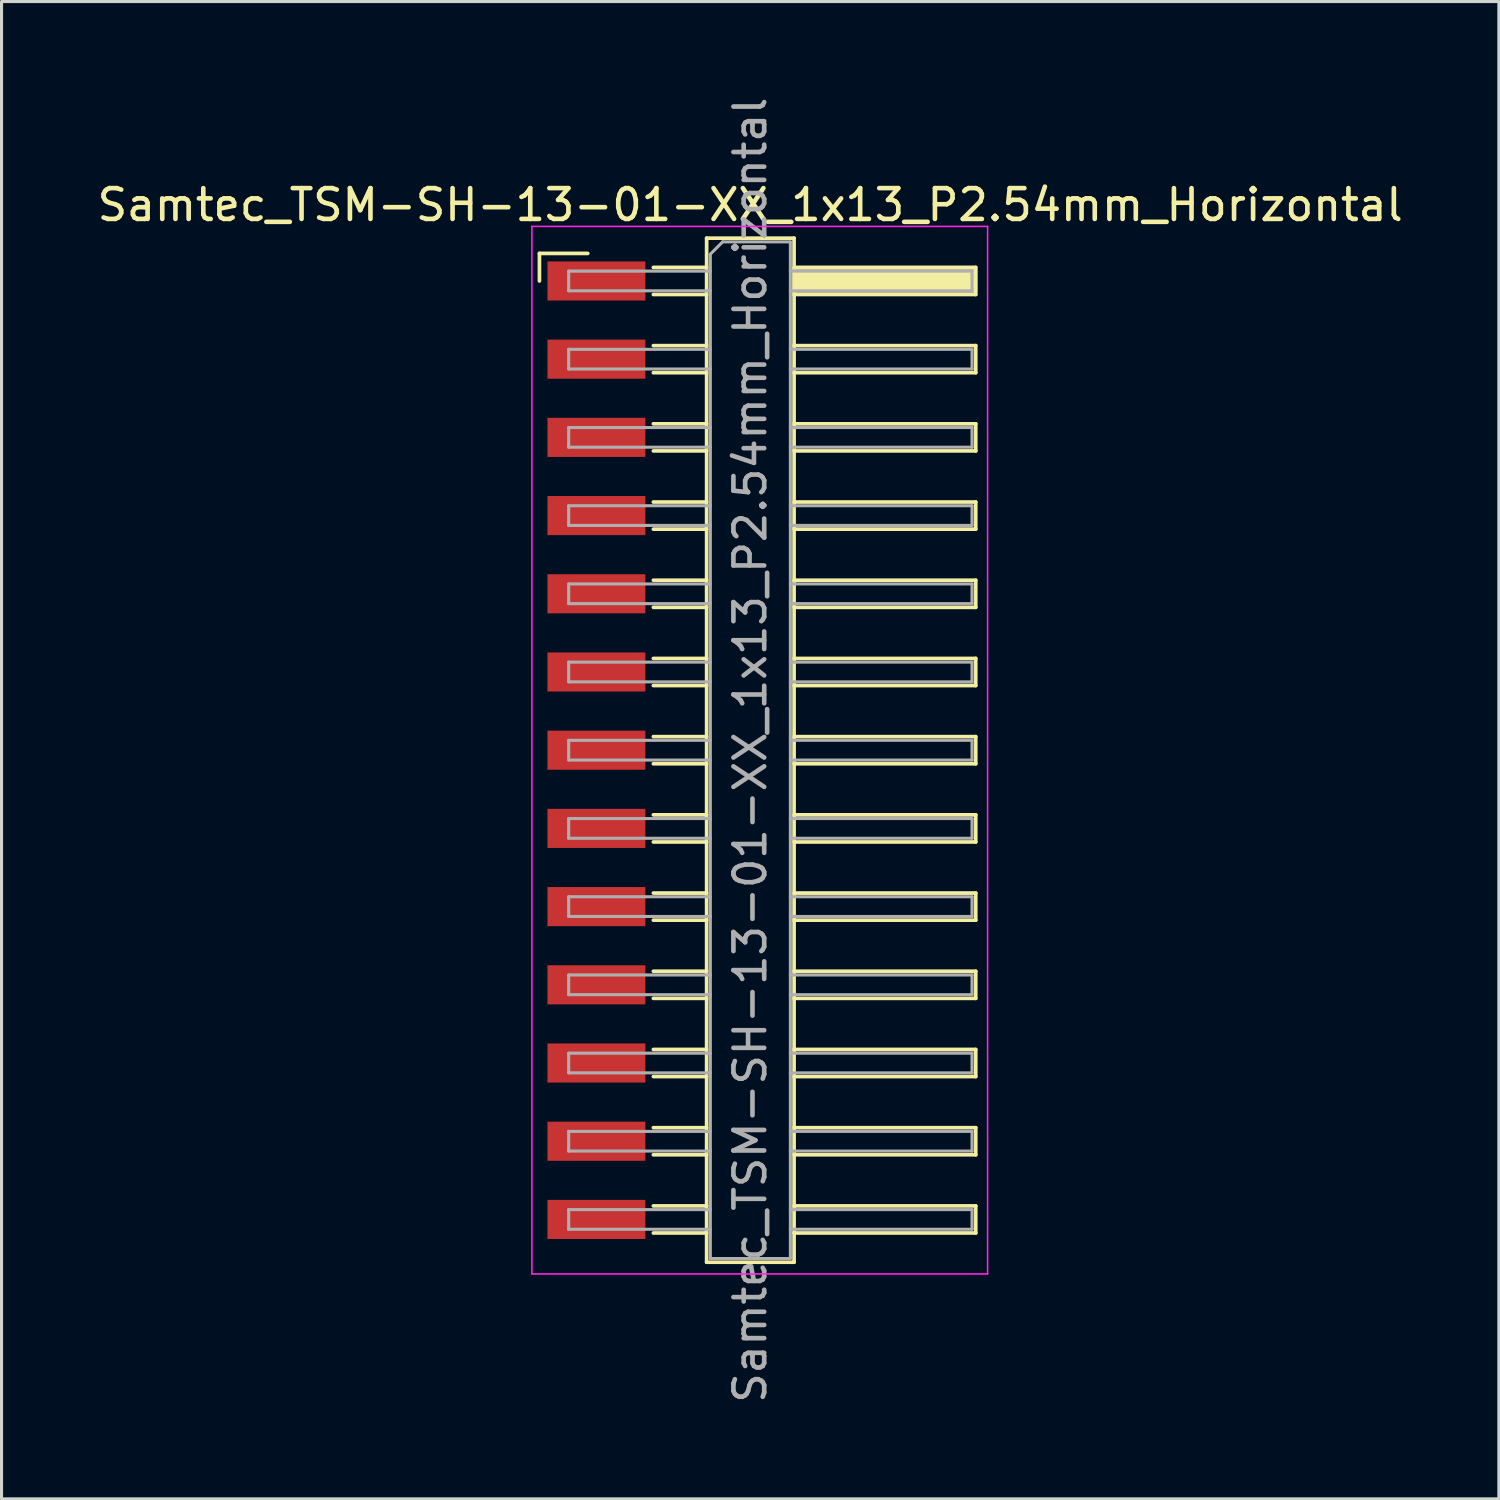
<source format=kicad_pcb>
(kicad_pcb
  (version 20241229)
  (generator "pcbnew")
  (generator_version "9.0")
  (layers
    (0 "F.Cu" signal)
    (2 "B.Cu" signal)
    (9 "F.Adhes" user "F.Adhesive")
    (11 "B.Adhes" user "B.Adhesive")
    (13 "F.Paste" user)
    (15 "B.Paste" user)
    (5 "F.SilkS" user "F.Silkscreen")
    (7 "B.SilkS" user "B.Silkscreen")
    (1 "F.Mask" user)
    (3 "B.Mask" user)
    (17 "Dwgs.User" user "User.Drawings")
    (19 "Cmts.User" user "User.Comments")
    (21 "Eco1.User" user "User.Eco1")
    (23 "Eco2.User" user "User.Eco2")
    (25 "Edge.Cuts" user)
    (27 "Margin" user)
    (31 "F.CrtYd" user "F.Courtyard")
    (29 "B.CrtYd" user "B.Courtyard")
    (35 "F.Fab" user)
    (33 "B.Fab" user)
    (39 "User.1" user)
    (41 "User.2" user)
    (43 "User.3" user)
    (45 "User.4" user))
  (footprint "Samtec_TSM-SH-13-01-XX_1x13_P2.54mm_Horizontal"
    (layer "F.Cu")
    (at 21.505 21.315)
    (property "Reference" "Samtec_TSM-SH-13-01-XX_1x13_P2.54mm_Horizontal" (at -0.19 -17.71 0) (layer "F.SilkS") (effects (font (size 1 1) (thickness 0.15))))
    (attr smd)
    (fp_line (start -7.035 -16.135) (end -5.465 -16.135) (stroke (width 0.12) (type solid)) (layer "F.SilkS"))
    (fp_line (start -7.035 -15.24) (end -7.035 -16.135) (stroke (width 0.12) (type solid)) (layer "F.SilkS"))
    (fp_line (start -3.335 -15.68) (end -1.605 -15.68) (stroke (width 0.12) (type solid)) (layer "F.SilkS"))
    (fp_line (start -3.335 -14.8) (end -1.605 -14.8) (stroke (width 0.12) (type solid)) (layer "F.SilkS"))
    (fp_line (start -3.335 -13.14) (end -1.605 -13.14) (stroke (width 0.12) (type solid)) (layer "F.SilkS"))
    (fp_line (start -3.335 -12.26) (end -1.605 -12.26) (stroke (width 0.12) (type solid)) (layer "F.SilkS"))
    (fp_line (start -3.335 -10.6) (end -1.605 -10.6) (stroke (width 0.12) (type solid)) (layer "F.SilkS"))
    (fp_line (start -3.335 -9.72) (end -1.605 -9.72) (stroke (width 0.12) (type solid)) (layer "F.SilkS"))
    (fp_line (start -3.335 -8.06) (end -1.605 -8.06) (stroke (width 0.12) (type solid)) (layer "F.SilkS"))
    (fp_line (start -3.335 -7.18) (end -1.605 -7.18) (stroke (width 0.12) (type solid)) (layer "F.SilkS"))
    (fp_line (start -3.335 -5.52) (end -1.605 -5.52) (stroke (width 0.12) (type solid)) (layer "F.SilkS"))
    (fp_line (start -3.335 -4.64) (end -1.605 -4.64) (stroke (width 0.12) (type solid)) (layer "F.SilkS"))
    (fp_line (start -3.335 -2.98) (end -1.605 -2.98) (stroke (width 0.12) (type solid)) (layer "F.SilkS"))
    (fp_line (start -3.335 -2.1) (end -1.605 -2.1) (stroke (width 0.12) (type solid)) (layer "F.SilkS"))
    (fp_line (start -3.335 -0.44) (end -1.605 -0.44) (stroke (width 0.12) (type solid)) (layer "F.SilkS"))
    (fp_line (start -3.335 0.44) (end -1.605 0.44) (stroke (width 0.12) (type solid)) (layer "F.SilkS"))
    (fp_line (start -3.335 2.1) (end -1.605 2.1) (stroke (width 0.12) (type solid)) (layer "F.SilkS"))
    (fp_line (start -3.335 2.98) (end -1.605 2.98) (stroke (width 0.12) (type solid)) (layer "F.SilkS"))
    (fp_line (start -3.335 4.64) (end -1.605 4.64) (stroke (width 0.12) (type solid)) (layer "F.SilkS"))
    (fp_line (start -3.335 5.52) (end -1.605 5.52) (stroke (width 0.12) (type solid)) (layer "F.SilkS"))
    (fp_line (start -3.335 7.18) (end -1.605 7.18) (stroke (width 0.12) (type solid)) (layer "F.SilkS"))
    (fp_line (start -3.335 8.06) (end -1.605 8.06) (stroke (width 0.12) (type solid)) (layer "F.SilkS"))
    (fp_line (start -3.335 9.72) (end -1.605 9.72) (stroke (width 0.12) (type solid)) (layer "F.SilkS"))
    (fp_line (start -3.335 10.6) (end -1.605 10.6) (stroke (width 0.12) (type solid)) (layer "F.SilkS"))
    (fp_line (start -3.335 12.26) (end -1.605 12.26) (stroke (width 0.12) (type solid)) (layer "F.SilkS"))
    (fp_line (start -3.335 13.14) (end -1.605 13.14) (stroke (width 0.12) (type solid)) (layer "F.SilkS"))
    (fp_line (start -3.335 14.8) (end -1.605 14.8) (stroke (width 0.12) (type solid)) (layer "F.SilkS"))
    (fp_line (start -3.335 15.68) (end -1.605 15.68) (stroke (width 0.12) (type solid)) (layer "F.SilkS"))
    (fp_line (start -1.605 -16.63) (end 1.235 -16.63) (stroke (width 0.12) (type solid)) (layer "F.SilkS"))
    (fp_line (start -1.605 16.63) (end -1.605 -16.63) (stroke (width 0.12) (type solid)) (layer "F.SilkS"))
    (fp_line (start 1.235 -16.63) (end 1.235 16.63) (stroke (width 0.12) (type solid)) (layer "F.SilkS"))
    (fp_line (start 1.235 -15.68) (end 7.135 -15.68) (stroke (width 0.12) (type solid)) (layer "F.SilkS"))
    (fp_line (start 1.235 -13.14) (end 7.135 -13.14) (stroke (width 0.12) (type solid)) (layer "F.SilkS"))
    (fp_line (start 1.235 -10.6) (end 7.135 -10.6) (stroke (width 0.12) (type solid)) (layer "F.SilkS"))
    (fp_line (start 1.235 -8.06) (end 7.135 -8.06) (stroke (width 0.12) (type solid)) (layer "F.SilkS"))
    (fp_line (start 1.235 -5.52) (end 7.135 -5.52) (stroke (width 0.12) (type solid)) (layer "F.SilkS"))
    (fp_line (start 1.235 -2.98) (end 7.135 -2.98) (stroke (width 0.12) (type solid)) (layer "F.SilkS"))
    (fp_line (start 1.235 -0.44) (end 7.135 -0.44) (stroke (width 0.12) (type solid)) (layer "F.SilkS"))
    (fp_line (start 1.235 2.1) (end 7.135 2.1) (stroke (width 0.12) (type solid)) (layer "F.SilkS"))
    (fp_line (start 1.235 4.64) (end 7.135 4.64) (stroke (width 0.12) (type solid)) (layer "F.SilkS"))
    (fp_line (start 1.235 7.18) (end 7.135 7.18) (stroke (width 0.12) (type solid)) (layer "F.SilkS"))
    (fp_line (start 1.235 9.72) (end 7.135 9.72) (stroke (width 0.12) (type solid)) (layer "F.SilkS"))
    (fp_line (start 1.235 12.26) (end 7.135 12.26) (stroke (width 0.12) (type solid)) (layer "F.SilkS"))
    (fp_line (start 1.235 14.8) (end 7.135 14.8) (stroke (width 0.12) (type solid)) (layer "F.SilkS"))
    (fp_line (start 1.235 16.63) (end -1.605 16.63) (stroke (width 0.12) (type solid)) (layer "F.SilkS"))
    (fp_line (start 7.135 -15.68) (end 7.135 -14.8) (stroke (width 0.12) (type solid)) (layer "F.SilkS"))
    (fp_line (start 7.135 -14.8) (end 1.235 -14.8) (stroke (width 0.12) (type solid)) (layer "F.SilkS"))
    (fp_line (start 7.135 -13.14) (end 7.135 -12.26) (stroke (width 0.12) (type solid)) (layer "F.SilkS"))
    (fp_line (start 7.135 -12.26) (end 1.235 -12.26) (stroke (width 0.12) (type solid)) (layer "F.SilkS"))
    (fp_line (start 7.135 -10.6) (end 7.135 -9.72) (stroke (width 0.12) (type solid)) (layer "F.SilkS"))
    (fp_line (start 7.135 -9.72) (end 1.235 -9.72) (stroke (width 0.12) (type solid)) (layer "F.SilkS"))
    (fp_line (start 7.135 -8.06) (end 7.135 -7.18) (stroke (width 0.12) (type solid)) (layer "F.SilkS"))
    (fp_line (start 7.135 -7.18) (end 1.235 -7.18) (stroke (width 0.12) (type solid)) (layer "F.SilkS"))
    (fp_line (start 7.135 -5.52) (end 7.135 -4.64) (stroke (width 0.12) (type solid)) (layer "F.SilkS"))
    (fp_line (start 7.135 -4.64) (end 1.235 -4.64) (stroke (width 0.12) (type solid)) (layer "F.SilkS"))
    (fp_line (start 7.135 -2.98) (end 7.135 -2.1) (stroke (width 0.12) (type solid)) (layer "F.SilkS"))
    (fp_line (start 7.135 -2.1) (end 1.235 -2.1) (stroke (width 0.12) (type solid)) (layer "F.SilkS"))
    (fp_line (start 7.135 -0.44) (end 7.135 0.44) (stroke (width 0.12) (type solid)) (layer "F.SilkS"))
    (fp_line (start 7.135 0.44) (end 1.235 0.44) (stroke (width 0.12) (type solid)) (layer "F.SilkS"))
    (fp_line (start 7.135 2.1) (end 7.135 2.98) (stroke (width 0.12) (type solid)) (layer "F.SilkS"))
    (fp_line (start 7.135 2.98) (end 1.235 2.98) (stroke (width 0.12) (type solid)) (layer "F.SilkS"))
    (fp_line (start 7.135 4.64) (end 7.135 5.52) (stroke (width 0.12) (type solid)) (layer "F.SilkS"))
    (fp_line (start 7.135 5.52) (end 1.235 5.52) (stroke (width 0.12) (type solid)) (layer "F.SilkS"))
    (fp_line (start 7.135 7.18) (end 7.135 8.06) (stroke (width 0.12) (type solid)) (layer "F.SilkS"))
    (fp_line (start 7.135 8.06) (end 1.235 8.06) (stroke (width 0.12) (type solid)) (layer "F.SilkS"))
    (fp_line (start 7.135 9.72) (end 7.135 10.6) (stroke (width 0.12) (type solid)) (layer "F.SilkS"))
    (fp_line (start 7.135 10.6) (end 1.235 10.6) (stroke (width 0.12) (type solid)) (layer "F.SilkS"))
    (fp_line (start 7.135 12.26) (end 7.135 13.14) (stroke (width 0.12) (type solid)) (layer "F.SilkS"))
    (fp_line (start 7.135 13.14) (end 1.235 13.14) (stroke (width 0.12) (type solid)) (layer "F.SilkS"))
    (fp_line (start 7.135 14.8) (end 7.135 15.68) (stroke (width 0.12) (type solid)) (layer "F.SilkS"))
    (fp_line (start 7.135 15.68) (end 1.235 15.68) (stroke (width 0.12) (type solid)) (layer "F.SilkS"))
    (fp_line (start -7.28 -17.01) (end 7.52 -17.01) (stroke (width 0.05) (type solid)) (layer "F.CrtYd"))
    (fp_line (start -7.28 17.01) (end -7.28 -17.01) (stroke (width 0.05) (type solid)) (layer "F.CrtYd"))
    (fp_line (start 7.52 -17.01) (end 7.52 17.01) (stroke (width 0.05) (type solid)) (layer "F.CrtYd"))
    (fp_line (start 7.52 17.01) (end -7.28 17.01) (stroke (width 0.05) (type solid)) (layer "F.CrtYd"))
    (fp_line (start -6.085 -15.56) (end -6.085 -14.92) (stroke (width 0.1) (type solid)) (layer "F.Fab"))
    (fp_line (start -6.085 -14.92) (end -1.485 -14.92) (stroke (width 0.1) (type solid)) (layer "F.Fab"))
    (fp_line (start -6.085 -13.02) (end -6.085 -12.38) (stroke (width 0.1) (type solid)) (layer "F.Fab"))
    (fp_line (start -6.085 -12.38) (end -1.485 -12.38) (stroke (width 0.1) (type solid)) (layer "F.Fab"))
    (fp_line (start -6.085 -10.48) (end -6.085 -9.84) (stroke (width 0.1) (type solid)) (layer "F.Fab"))
    (fp_line (start -6.085 -9.84) (end -1.485 -9.84) (stroke (width 0.1) (type solid)) (layer "F.Fab"))
    (fp_line (start -6.085 -7.94) (end -6.085 -7.3) (stroke (width 0.1) (type solid)) (layer "F.Fab"))
    (fp_line (start -6.085 -7.3) (end -1.485 -7.3) (stroke (width 0.1) (type solid)) (layer "F.Fab"))
    (fp_line (start -6.085 -5.4) (end -6.085 -4.76) (stroke (width 0.1) (type solid)) (layer "F.Fab"))
    (fp_line (start -6.085 -4.76) (end -1.485 -4.76) (stroke (width 0.1) (type solid)) (layer "F.Fab"))
    (fp_line (start -6.085 -2.86) (end -6.085 -2.22) (stroke (width 0.1) (type solid)) (layer "F.Fab"))
    (fp_line (start -6.085 -2.22) (end -1.485 -2.22) (stroke (width 0.1) (type solid)) (layer "F.Fab"))
    (fp_line (start -6.085 -0.32) (end -6.085 0.32) (stroke (width 0.1) (type solid)) (layer "F.Fab"))
    (fp_line (start -6.085 0.32) (end -1.485 0.32) (stroke (width 0.1) (type solid)) (layer "F.Fab"))
    (fp_line (start -6.085 2.22) (end -6.085 2.86) (stroke (width 0.1) (type solid)) (layer "F.Fab"))
    (fp_line (start -6.085 2.86) (end -1.485 2.86) (stroke (width 0.1) (type solid)) (layer "F.Fab"))
    (fp_line (start -6.085 4.76) (end -6.085 5.4) (stroke (width 0.1) (type solid)) (layer "F.Fab"))
    (fp_line (start -6.085 5.4) (end -1.485 5.4) (stroke (width 0.1) (type solid)) (layer "F.Fab"))
    (fp_line (start -6.085 7.3) (end -6.085 7.94) (stroke (width 0.1) (type solid)) (layer "F.Fab"))
    (fp_line (start -6.085 7.94) (end -1.485 7.94) (stroke (width 0.1) (type solid)) (layer "F.Fab"))
    (fp_line (start -6.085 9.84) (end -6.085 10.48) (stroke (width 0.1) (type solid)) (layer "F.Fab"))
    (fp_line (start -6.085 10.48) (end -1.485 10.48) (stroke (width 0.1) (type solid)) (layer "F.Fab"))
    (fp_line (start -6.085 12.38) (end -6.085 13.02) (stroke (width 0.1) (type solid)) (layer "F.Fab"))
    (fp_line (start -6.085 13.02) (end -1.485 13.02) (stroke (width 0.1) (type solid)) (layer "F.Fab"))
    (fp_line (start -6.085 14.92) (end -6.085 15.56) (stroke (width 0.1) (type solid)) (layer "F.Fab"))
    (fp_line (start -6.085 15.56) (end -1.485 15.56) (stroke (width 0.1) (type solid)) (layer "F.Fab"))
    (fp_line (start -1.485 -16.11) (end -1.085 -16.51) (stroke (width 0.1) (type solid)) (layer "F.Fab"))
    (fp_line (start -1.485 -15.56) (end -6.085 -15.56) (stroke (width 0.1) (type solid)) (layer "F.Fab"))
    (fp_line (start -1.485 -13.02) (end -6.085 -13.02) (stroke (width 0.1) (type solid)) (layer "F.Fab"))
    (fp_line (start -1.485 -10.48) (end -6.085 -10.48) (stroke (width 0.1) (type solid)) (layer "F.Fab"))
    (fp_line (start -1.485 -7.94) (end -6.085 -7.94) (stroke (width 0.1) (type solid)) (layer "F.Fab"))
    (fp_line (start -1.485 -5.4) (end -6.085 -5.4) (stroke (width 0.1) (type solid)) (layer "F.Fab"))
    (fp_line (start -1.485 -2.86) (end -6.085 -2.86) (stroke (width 0.1) (type solid)) (layer "F.Fab"))
    (fp_line (start -1.485 -0.32) (end -6.085 -0.32) (stroke (width 0.1) (type solid)) (layer "F.Fab"))
    (fp_line (start -1.485 2.22) (end -6.085 2.22) (stroke (width 0.1) (type solid)) (layer "F.Fab"))
    (fp_line (start -1.485 4.76) (end -6.085 4.76) (stroke (width 0.1) (type solid)) (layer "F.Fab"))
    (fp_line (start -1.485 7.3) (end -6.085 7.3) (stroke (width 0.1) (type solid)) (layer "F.Fab"))
    (fp_line (start -1.485 9.84) (end -6.085 9.84) (stroke (width 0.1) (type solid)) (layer "F.Fab"))
    (fp_line (start -1.485 12.38) (end -6.085 12.38) (stroke (width 0.1) (type solid)) (layer "F.Fab"))
    (fp_line (start -1.485 14.92) (end -6.085 14.92) (stroke (width 0.1) (type solid)) (layer "F.Fab"))
    (fp_line (start -1.485 16.51) (end -1.485 -16.11) (stroke (width 0.1) (type solid)) (layer "F.Fab"))
    (fp_line (start -1.085 -16.51) (end 1.115 -16.51) (stroke (width 0.1) (type solid)) (layer "F.Fab"))
    (fp_line (start 1.115 -16.51) (end 1.115 16.51) (stroke (width 0.1) (type solid)) (layer "F.Fab"))
    (fp_line (start 1.115 -15.56) (end 7.015 -15.56) (stroke (width 0.1) (type solid)) (layer "F.Fab"))
    (fp_line (start 1.115 -13.02) (end 7.015 -13.02) (stroke (width 0.1) (type solid)) (layer "F.Fab"))
    (fp_line (start 1.115 -10.48) (end 7.015 -10.48) (stroke (width 0.1) (type solid)) (layer "F.Fab"))
    (fp_line (start 1.115 -7.94) (end 7.015 -7.94) (stroke (width 0.1) (type solid)) (layer "F.Fab"))
    (fp_line (start 1.115 -5.4) (end 7.015 -5.4) (stroke (width 0.1) (type solid)) (layer "F.Fab"))
    (fp_line (start 1.115 -2.86) (end 7.015 -2.86) (stroke (width 0.1) (type solid)) (layer "F.Fab"))
    (fp_line (start 1.115 -0.32) (end 7.015 -0.32) (stroke (width 0.1) (type solid)) (layer "F.Fab"))
    (fp_line (start 1.115 2.22) (end 7.015 2.22) (stroke (width 0.1) (type solid)) (layer "F.Fab"))
    (fp_line (start 1.115 4.76) (end 7.015 4.76) (stroke (width 0.1) (type solid)) (layer "F.Fab"))
    (fp_line (start 1.115 7.3) (end 7.015 7.3) (stroke (width 0.1) (type solid)) (layer "F.Fab"))
    (fp_line (start 1.115 9.84) (end 7.015 9.84) (stroke (width 0.1) (type solid)) (layer "F.Fab"))
    (fp_line (start 1.115 12.38) (end 7.015 12.38) (stroke (width 0.1) (type solid)) (layer "F.Fab"))
    (fp_line (start 1.115 14.92) (end 7.015 14.92) (stroke (width 0.1) (type solid)) (layer "F.Fab"))
    (fp_line (start 1.115 16.51) (end -1.485 16.51) (stroke (width 0.1) (type solid)) (layer "F.Fab"))
    (fp_line (start 7.015 -15.56) (end 7.015 -14.92) (stroke (width 0.1) (type solid)) (layer "F.Fab"))
    (fp_line (start 7.015 -14.92) (end 1.115 -14.92) (stroke (width 0.1) (type solid)) (layer "F.Fab"))
    (fp_line (start 7.015 -13.02) (end 7.015 -12.38) (stroke (width 0.1) (type solid)) (layer "F.Fab"))
    (fp_line (start 7.015 -12.38) (end 1.115 -12.38) (stroke (width 0.1) (type solid)) (layer "F.Fab"))
    (fp_line (start 7.015 -10.48) (end 7.015 -9.84) (stroke (width 0.1) (type solid)) (layer "F.Fab"))
    (fp_line (start 7.015 -9.84) (end 1.115 -9.84) (stroke (width 0.1) (type solid)) (layer "F.Fab"))
    (fp_line (start 7.015 -7.94) (end 7.015 -7.3) (stroke (width 0.1) (type solid)) (layer "F.Fab"))
    (fp_line (start 7.015 -7.3) (end 1.115 -7.3) (stroke (width 0.1) (type solid)) (layer "F.Fab"))
    (fp_line (start 7.015 -5.4) (end 7.015 -4.76) (stroke (width 0.1) (type solid)) (layer "F.Fab"))
    (fp_line (start 7.015 -4.76) (end 1.115 -4.76) (stroke (width 0.1) (type solid)) (layer "F.Fab"))
    (fp_line (start 7.015 -2.86) (end 7.015 -2.22) (stroke (width 0.1) (type solid)) (layer "F.Fab"))
    (fp_line (start 7.015 -2.22) (end 1.115 -2.22) (stroke (width 0.1) (type solid)) (layer "F.Fab"))
    (fp_line (start 7.015 -0.32) (end 7.015 0.32) (stroke (width 0.1) (type solid)) (layer "F.Fab"))
    (fp_line (start 7.015 0.32) (end 1.115 0.32) (stroke (width 0.1) (type solid)) (layer "F.Fab"))
    (fp_line (start 7.015 2.22) (end 7.015 2.86) (stroke (width 0.1) (type solid)) (layer "F.Fab"))
    (fp_line (start 7.015 2.86) (end 1.115 2.86) (stroke (width 0.1) (type solid)) (layer "F.Fab"))
    (fp_line (start 7.015 4.76) (end 7.015 5.4) (stroke (width 0.1) (type solid)) (layer "F.Fab"))
    (fp_line (start 7.015 5.4) (end 1.115 5.4) (stroke (width 0.1) (type solid)) (layer "F.Fab"))
    (fp_line (start 7.015 7.3) (end 7.015 7.94) (stroke (width 0.1) (type solid)) (layer "F.Fab"))
    (fp_line (start 7.015 7.94) (end 1.115 7.94) (stroke (width 0.1) (type solid)) (layer "F.Fab"))
    (fp_line (start 7.015 9.84) (end 7.015 10.48) (stroke (width 0.1) (type solid)) (layer "F.Fab"))
    (fp_line (start 7.015 10.48) (end 1.115 10.48) (stroke (width 0.1) (type solid)) (layer "F.Fab"))
    (fp_line (start 7.015 12.38) (end 7.015 13.02) (stroke (width 0.1) (type solid)) (layer "F.Fab"))
    (fp_line (start 7.015 13.02) (end 1.115 13.02) (stroke (width 0.1) (type solid)) (layer "F.Fab"))
    (fp_line (start 7.015 14.92) (end 7.015 15.56) (stroke (width 0.1) (type solid)) (layer "F.Fab"))
    (fp_line (start 7.015 15.56) (end 1.115 15.56) (stroke (width 0.1) (type solid)) (layer "F.Fab"))
    (fp_text user "${REFERENCE}" (at -0.19 0 90) (layer "F.Fab") (effects (font (size 1 1) (thickness 0.15))))
    (pad "" smd rect (at 4.185 -15.24) (size 6 0.76) (layers "F.SilkS"))
    (pad "1" smd rect (at -5.185 -15.24) (size 3.18 1.27) (layers "F.Cu" "F.Mask" "F.Paste"))
    (pad "2" smd rect (at -5.185 -12.7) (size 3.18 1.27) (layers "F.Cu" "F.Mask" "F.Paste"))
    (pad "3" smd rect (at -5.185 -10.16) (size 3.18 1.27) (layers "F.Cu" "F.Mask" "F.Paste"))
    (pad "4" smd rect (at -5.185 -7.62) (size 3.18 1.27) (layers "F.Cu" "F.Mask" "F.Paste"))
    (pad "5" smd rect (at -5.185 -5.08) (size 3.18 1.27) (layers "F.Cu" "F.Mask" "F.Paste"))
    (pad "6" smd rect (at -5.185 -2.54) (size 3.18 1.27) (layers "F.Cu" "F.Mask" "F.Paste"))
    (pad "7" smd rect (at -5.185 0) (size 3.18 1.27) (layers "F.Cu" "F.Mask" "F.Paste"))
    (pad "8" smd rect (at -5.185 2.54) (size 3.18 1.27) (layers "F.Cu" "F.Mask" "F.Paste"))
    (pad "9" smd rect (at -5.185 5.08) (size 3.18 1.27) (layers "F.Cu" "F.Mask" "F.Paste"))
    (pad "10" smd rect (at -5.185 7.62) (size 3.18 1.27) (layers "F.Cu" "F.Mask" "F.Paste"))
    (pad "11" smd rect (at -5.185 10.16) (size 3.18 1.27) (layers "F.Cu" "F.Mask" "F.Paste"))
    (pad "12" smd rect (at -5.185 12.7) (size 3.18 1.27) (layers "F.Cu" "F.Mask" "F.Paste"))
    (pad "13" smd rect (at -5.185 15.24) (size 3.18 1.27) (layers "F.Cu" "F.Mask" "F.Paste")))
  (gr_rect
    (start -3 -3)
    (end 45.631 45.631)
    (stroke (width 0.1) (type default))
    (fill no)
    (layer "Edge.Cuts")))
</source>
